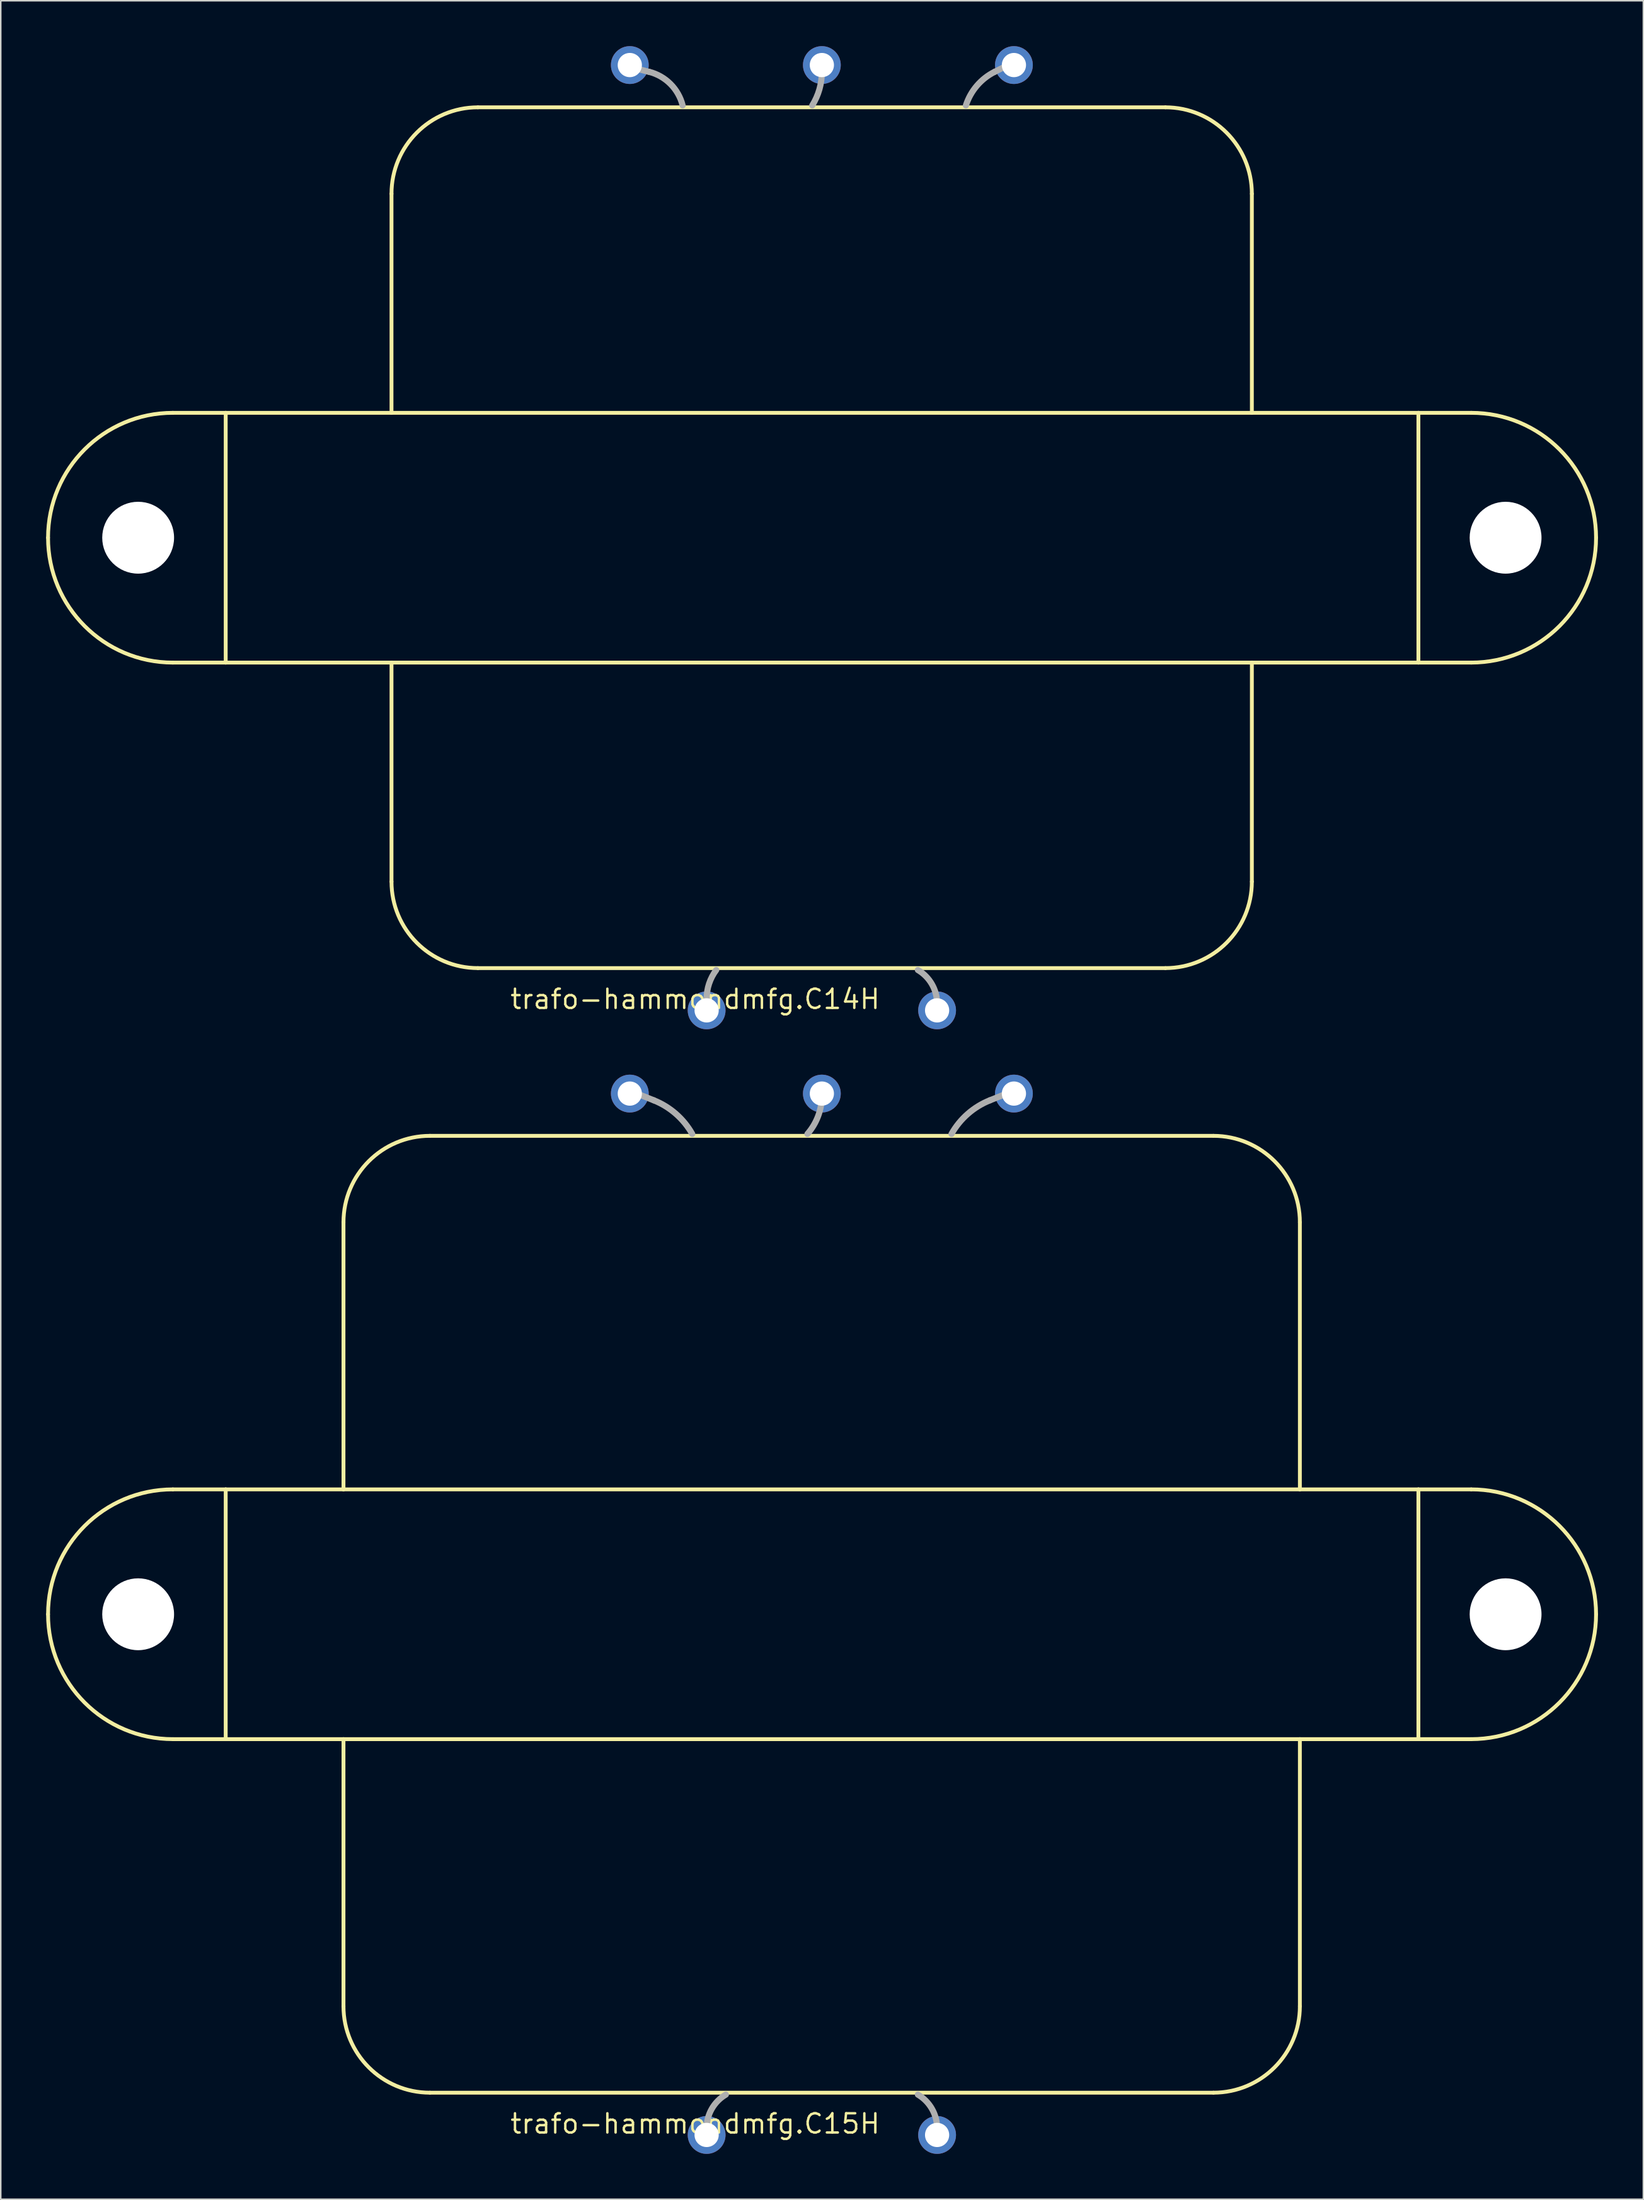
<source format=kicad_pcb>
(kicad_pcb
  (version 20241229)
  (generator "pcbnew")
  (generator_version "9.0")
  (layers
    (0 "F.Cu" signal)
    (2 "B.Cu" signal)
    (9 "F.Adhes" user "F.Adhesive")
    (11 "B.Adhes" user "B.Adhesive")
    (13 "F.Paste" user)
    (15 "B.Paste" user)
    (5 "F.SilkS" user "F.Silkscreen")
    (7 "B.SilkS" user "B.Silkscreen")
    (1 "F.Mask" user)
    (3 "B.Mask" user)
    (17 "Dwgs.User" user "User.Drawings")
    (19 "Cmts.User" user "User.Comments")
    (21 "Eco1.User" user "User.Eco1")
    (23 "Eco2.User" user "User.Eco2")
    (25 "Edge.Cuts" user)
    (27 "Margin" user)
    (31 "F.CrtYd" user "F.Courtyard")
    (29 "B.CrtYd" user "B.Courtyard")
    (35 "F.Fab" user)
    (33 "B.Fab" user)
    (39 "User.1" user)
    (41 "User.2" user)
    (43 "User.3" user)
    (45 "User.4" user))
  (footprint "trafo-hammondmfg.C15H"
    (layer "F.Cu")
    (at 51.297 103.654)
    (property "Reference" "trafo-hammondmfg.C15H" (at -20.7 34.418 0) (layer "F.SilkS") (effects (font (size 1.27 1.27) (thickness 0.16)) (justify left bottom)))
    (attr through_hole)
    (fp_line (start -42.915 8.255) (end -39.422 8.255) (stroke (width 0.254) (type default)) (layer "F.SilkS"))
    (fp_line (start -39.422 -8.255) (end -42.915 -8.255) (stroke (width 0.254) (type default)) (layer "F.SilkS"))
    (fp_line (start -39.422 -8.255) (end -39.422 8.255) (stroke (width 0.254) (type default)) (layer "F.SilkS"))
    (fp_line (start -39.422 8.255) (end -31.634 8.255) (stroke (width 0.254) (type default)) (layer "F.SilkS"))
    (fp_line (start -31.634 -8.255) (end -39.422 -8.255) (stroke (width 0.254) (type default)) (layer "F.SilkS"))
    (fp_line (start -31.634 -8.255) (end -31.634 -25.909) (stroke (width 0.254) (type default)) (layer "F.SilkS"))
    (fp_line (start -31.634 8.255) (end 31.609 8.255) (stroke (width 0.254) (type default)) (layer "F.SilkS"))
    (fp_line (start -31.634 25.909) (end -31.634 8.255) (stroke (width 0.254) (type default)) (layer "F.SilkS"))
    (fp_line (start -25.919 -31.624) (end 25.894 -31.624) (stroke (width 0.254) (type default)) (layer "F.SilkS"))
    (fp_line (start 25.894 31.624) (end -25.919 31.624) (stroke (width 0.254) (type default)) (layer "F.SilkS"))
    (fp_line (start 31.609 -25.909) (end 31.609 -8.255) (stroke (width 0.254) (type default)) (layer "F.SilkS"))
    (fp_line (start 31.609 -8.255) (end -31.634 -8.255) (stroke (width 0.254) (type default)) (layer "F.SilkS"))
    (fp_line (start 31.609 8.255) (end 31.609 25.909) (stroke (width 0.254) (type default)) (layer "F.SilkS"))
    (fp_line (start 31.609 8.255) (end 39.447 8.255) (stroke (width 0.254) (type default)) (layer "F.SilkS"))
    (fp_line (start 39.447 -8.255) (end 31.609 -8.255) (stroke (width 0.254) (type default)) (layer "F.SilkS"))
    (fp_line (start 39.447 -8.255) (end 39.447 8.255) (stroke (width 0.254) (type default)) (layer "F.SilkS"))
    (fp_line (start 39.447 8.255) (end 42.94 8.255) (stroke (width 0.254) (type default)) (layer "F.SilkS"))
    (fp_line (start 42.94 -8.255) (end 39.447 -8.255) (stroke (width 0.254) (type default)) (layer "F.SilkS"))
    (fp_arc (start -51.17 0) (mid -48.752166 -5.837166) (end -42.915 -8.255) (stroke (width 0.254) (type default)) (layer "F.SilkS"))
    (fp_arc (start -42.915 8.255) (mid -48.752166 5.837166) (end -51.17 0) (stroke (width 0.254) (type default)) (layer "F.SilkS"))
    (fp_arc (start -31.634 -25.909) (mid -29.960115 -29.950115) (end -25.919 -31.624) (stroke (width 0.254) (type default)) (layer "F.SilkS"))
    (fp_arc (start -25.919 31.624) (mid -29.960115 29.950115) (end -31.634 25.909) (stroke (width 0.254) (type default)) (layer "F.SilkS"))
    (fp_arc (start 25.894 -31.624) (mid 29.935115 -29.950115) (end 31.609 -25.909) (stroke (width 0.254) (type default)) (layer "F.SilkS"))
    (fp_arc (start 31.609 25.909) (mid 29.935115 29.950115) (end 25.894 31.624) (stroke (width 0.254) (type default)) (layer "F.SilkS"))
    (fp_arc (start 42.94 -8.255) (mid 48.777166 -5.837166) (end 51.195 0) (stroke (width 0.254) (type default)) (layer "F.SilkS"))
    (fp_arc (start 51.195 0) (mid 48.777166 5.837166) (end 42.94 8.255) (stroke (width 0.254) (type default)) (layer "F.SilkS"))
    (fp_line (start -12.7 -34.608) (end -11.113 -33.972) (stroke (width 0.406) (type default)) (layer "F.Fab"))
    (fp_line (start -7.62 34.29) (end -7.62 33.972) (stroke (width 0.406) (type default)) (layer "F.Fab"))
    (fp_line (start 0 -34.608) (end 0 -34.29) (stroke (width 0.406) (type default)) (layer "F.Fab"))
    (fp_line (start 7.62 34.29) (end 7.62 33.972) (stroke (width 0.406) (type default)) (layer "F.Fab"))
    (fp_line (start 12.7 -34.608) (end 11.113 -33.972) (stroke (width 0.406) (type default)) (layer "F.Fab"))
    (fp_arc (start -11.1125 -33.9725) (mid -9.652705 -33.078158) (end -8.5725 -31.75) (stroke (width 0.4064) (type default)) (layer "F.Fab"))
    (fp_arc (start -7.62 33.9725) (mid -7.280108 32.692617) (end -6.35 31.75) (stroke (width 0.4064) (type default)) (layer "F.Fab"))
    (fp_arc (start 0 -34.29) (mid -0.245955 -32.933639) (end -0.9525 -31.75) (stroke (width 0.4064) (type default)) (layer "F.Fab"))
    (fp_arc (start 6.35 31.75) (mid 7.280108 32.692617) (end 7.62 33.9725) (stroke (width 0.4064) (type default)) (layer "F.Fab"))
    (fp_arc (start 8.5725 -31.75) (mid 9.652705 -33.078158) (end 11.1125 -33.9725) (stroke (width 0.4064) (type default)) (layer "F.Fab"))
    (pad "" np_thru_hole circle (at -45.212 0) (size 4.75 4.75) (drill 4.75) (layers "*.Cu" "*.Mask"))
    (pad "" np_thru_hole circle (at 45.212 0) (size 4.75 4.75) (drill 4.75) (layers "*.Cu" "*.Mask"))
    (pad "BLK@1" thru_hole circle (at -7.62 34.418) (size 2.5 2.5) (drill 1.6) (layers "*.Cu" "*.Mask"))
    (pad "BLK@2" thru_hole circle (at 7.62 34.418) (size 2.5 2.5) (drill 1.6) (layers "*.Cu" "*.Mask"))
    (pad "GRN/YEL" thru_hole circle (at 0 -34.418) (size 2.5 2.5) (drill 1.6) (layers "*.Cu" "*.Mask"))
    (pad "GRN@1" thru_hole circle (at -12.7 -34.418) (size 2.5 2.5) (drill 1.6) (layers "*.Cu" "*.Mask"))
    (pad "GRN@2" thru_hole circle (at 12.7 -34.418) (size 2.5 2.5) (drill 1.6) (layers "*.Cu" "*.Mask")))
  (footprint "trafo-hammondmfg.C14H"
    (layer "F.Cu")
    (at 51.297 32.493)
    (property "Reference" "trafo-hammondmfg.C14H" (at -20.7 31.243 0) (layer "F.SilkS") (effects (font (size 1.27 1.27) (thickness 0.16)) (justify left bottom)))
    (attr through_hole)
    (fp_line (start -42.915 8.255) (end -39.422 8.255) (stroke (width 0.254) (type default)) (layer "F.SilkS"))
    (fp_line (start -39.422 -8.255) (end -42.915 -8.255) (stroke (width 0.254) (type default)) (layer "F.SilkS"))
    (fp_line (start -39.422 -8.255) (end -39.422 8.255) (stroke (width 0.254) (type default)) (layer "F.SilkS"))
    (fp_line (start -39.422 8.255) (end -28.459 8.255) (stroke (width 0.254) (type default)) (layer "F.SilkS"))
    (fp_line (start -28.459 -8.255) (end -39.422 -8.255) (stroke (width 0.254) (type default)) (layer "F.SilkS"))
    (fp_line (start -28.459 -8.255) (end -28.459 -22.734) (stroke (width 0.254) (type default)) (layer "F.SilkS"))
    (fp_line (start -28.459 8.255) (end 28.434 8.255) (stroke (width 0.254) (type default)) (layer "F.SilkS"))
    (fp_line (start -28.459 22.734) (end -28.459 8.255) (stroke (width 0.254) (type default)) (layer "F.SilkS"))
    (fp_line (start -22.744 -28.449) (end 22.719 -28.449) (stroke (width 0.254) (type default)) (layer "F.SilkS"))
    (fp_line (start 22.719 28.449) (end -22.744 28.449) (stroke (width 0.254) (type default)) (layer "F.SilkS"))
    (fp_line (start 28.434 -22.734) (end 28.434 -8.255) (stroke (width 0.254) (type default)) (layer "F.SilkS"))
    (fp_line (start 28.434 -8.255) (end -28.459 -8.255) (stroke (width 0.254) (type default)) (layer "F.SilkS"))
    (fp_line (start 28.434 8.255) (end 28.434 22.734) (stroke (width 0.254) (type default)) (layer "F.SilkS"))
    (fp_line (start 28.434 8.255) (end 39.447 8.255) (stroke (width 0.254) (type default)) (layer "F.SilkS"))
    (fp_line (start 39.447 -8.255) (end 28.434 -8.255) (stroke (width 0.254) (type default)) (layer "F.SilkS"))
    (fp_line (start 39.447 -8.255) (end 39.447 8.255) (stroke (width 0.254) (type default)) (layer "F.SilkS"))
    (fp_line (start 39.447 8.255) (end 42.94 8.255) (stroke (width 0.254) (type default)) (layer "F.SilkS"))
    (fp_line (start 42.94 -8.255) (end 39.447 -8.255) (stroke (width 0.254) (type default)) (layer "F.SilkS"))
    (fp_arc (start -51.17 0) (mid -48.752166 -5.837166) (end -42.915 -8.255) (stroke (width 0.254) (type default)) (layer "F.SilkS"))
    (fp_arc (start -42.915 8.255) (mid -48.752166 5.837166) (end -51.17 0) (stroke (width 0.254) (type default)) (layer "F.SilkS"))
    (fp_arc (start -28.459 -22.734) (mid -26.785115 -26.775115) (end -22.744 -28.449) (stroke (width 0.254) (type default)) (layer "F.SilkS"))
    (fp_arc (start -22.744 28.449) (mid -26.785115 26.775115) (end -28.459 22.734) (stroke (width 0.254) (type default)) (layer "F.SilkS"))
    (fp_arc (start 22.719 -28.449) (mid 26.760115 -26.775115) (end 28.434 -22.734) (stroke (width 0.254) (type default)) (layer "F.SilkS"))
    (fp_arc (start 28.434 22.734) (mid 26.760115 26.775115) (end 22.719 28.449) (stroke (width 0.254) (type default)) (layer "F.SilkS"))
    (fp_arc (start 42.94 -8.255) (mid 48.777166 -5.837166) (end 51.195 0) (stroke (width 0.254) (type default)) (layer "F.SilkS"))
    (fp_arc (start 51.195 0) (mid 48.777166 5.837166) (end 42.94 8.255) (stroke (width 0.254) (type default)) (layer "F.SilkS"))
    (fp_line (start -12.7 -31.115) (end -11.43 -30.797) (stroke (width 0.406) (type default)) (layer "F.Fab"))
    (fp_line (start -7.62 31.115) (end -7.62 30.48) (stroke (width 0.406) (type default)) (layer "F.Fab"))
    (fp_line (start 0 -31.115) (end 0 -30.797) (stroke (width 0.406) (type default)) (layer "F.Fab"))
    (fp_line (start 7.62 31.433) (end 7.62 30.797) (stroke (width 0.406) (type default)) (layer "F.Fab"))
    (fp_line (start 12.7 -31.433) (end 11.43 -30.797) (stroke (width 0.406) (type default)) (layer "F.Fab"))
    (fp_arc (start -11.43 -30.7975) (mid -10.010952 -29.994048) (end -9.2075 -28.575) (stroke (width 0.4064) (type default)) (layer "F.Fab"))
    (fp_arc (start -7.62 30.48) (mid -7.457069 29.475977) (end -6.985 28.575) (stroke (width 0.4064) (type default)) (layer "F.Fab"))
    (fp_arc (start 0 -30.7975) (mid -0.161864 -29.641783) (end -0.635 -28.575) (stroke (width 0.4064) (type default)) (layer "F.Fab"))
    (fp_arc (start 6.35 28.575) (mid 7.280108 29.517617) (end 7.62 30.7975) (stroke (width 0.4064) (type default)) (layer "F.Fab"))
    (fp_arc (start 9.525 -28.575) (mid 10.253093 -29.878599) (end 11.43 -30.7975) (stroke (width 0.4064) (type default)) (layer "F.Fab"))
    (pad "" np_thru_hole circle (at -45.212 0) (size 4.75 4.75) (drill 4.75) (layers "*.Cu" "*.Mask"))
    (pad "" np_thru_hole circle (at 45.212 0) (size 4.75 4.75) (drill 4.75) (layers "*.Cu" "*.Mask"))
    (pad "BLK@1" thru_hole circle (at -7.62 31.243) (size 2.5 2.5) (drill 1.6) (layers "*.Cu" "*.Mask"))
    (pad "BLK@2" thru_hole circle (at 7.62 31.243) (size 2.5 2.5) (drill 1.6) (layers "*.Cu" "*.Mask"))
    (pad "GRN/YEL" thru_hole circle (at 0 -31.243) (size 2.5 2.5) (drill 1.6) (layers "*.Cu" "*.Mask"))
    (pad "GRN@1" thru_hole circle (at -12.7 -31.243) (size 2.5 2.5) (drill 1.6) (layers "*.Cu" "*.Mask"))
    (pad "GRN@2" thru_hole circle (at 12.7 -31.243) (size 2.5 2.5) (drill 1.6) (layers "*.Cu" "*.Mask")))
  (gr_rect
    (start -3 -3)
    (end 105.619 142.322)
    (stroke (width 0.1) (type default))
    (fill no)
    (layer "Edge.Cuts")))
</source>
